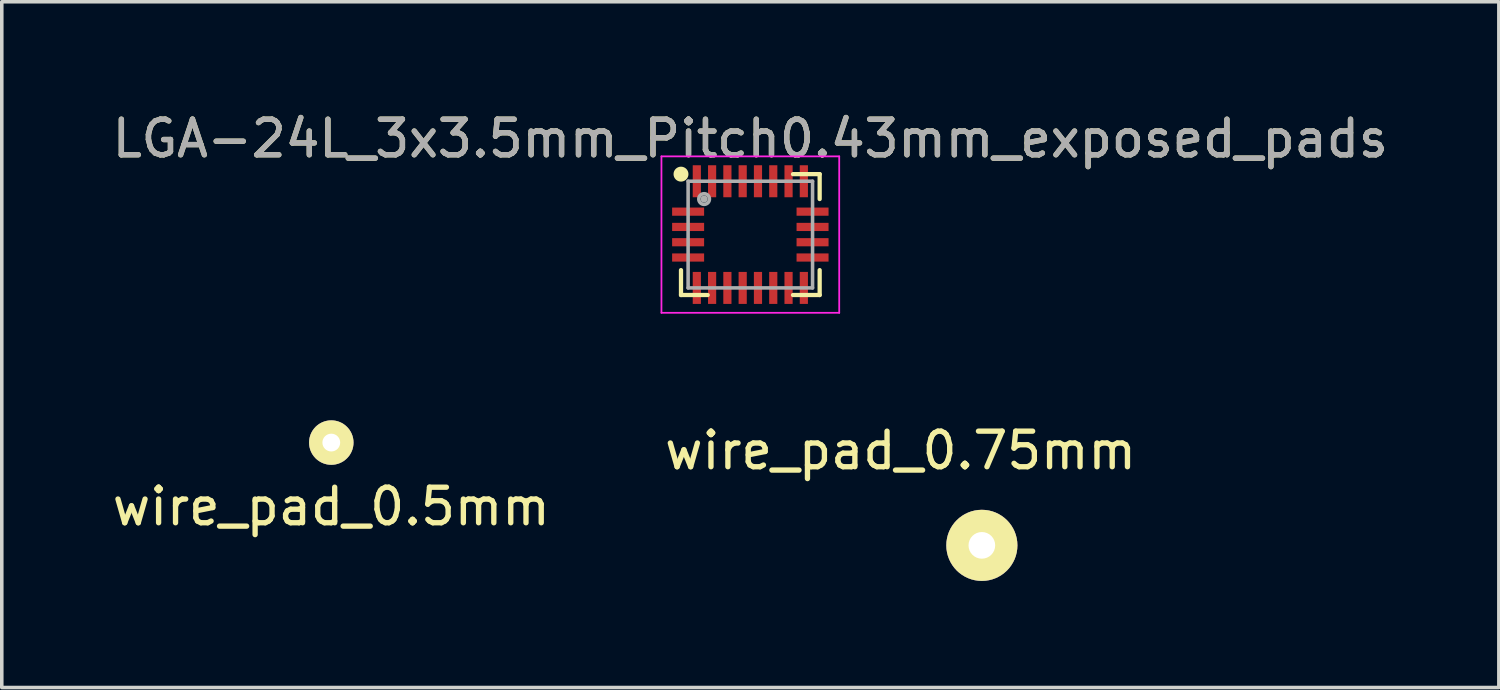
<source format=kicad_pcb>
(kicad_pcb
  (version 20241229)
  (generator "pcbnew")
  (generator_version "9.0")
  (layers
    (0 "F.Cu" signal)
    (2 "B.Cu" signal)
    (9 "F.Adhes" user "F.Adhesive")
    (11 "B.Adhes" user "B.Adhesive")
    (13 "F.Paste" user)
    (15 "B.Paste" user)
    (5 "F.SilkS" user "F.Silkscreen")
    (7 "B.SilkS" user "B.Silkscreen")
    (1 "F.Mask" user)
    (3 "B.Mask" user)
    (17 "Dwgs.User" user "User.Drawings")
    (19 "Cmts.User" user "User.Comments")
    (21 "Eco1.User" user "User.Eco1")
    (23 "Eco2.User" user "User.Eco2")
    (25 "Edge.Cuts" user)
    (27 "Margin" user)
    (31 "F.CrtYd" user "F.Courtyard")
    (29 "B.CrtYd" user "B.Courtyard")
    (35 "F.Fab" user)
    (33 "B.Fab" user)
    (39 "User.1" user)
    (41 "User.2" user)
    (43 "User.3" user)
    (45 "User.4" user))
  (footprint "LGA-24L_3x3.5mm_Pitch0.43mm_exposed_pads"
    (layer "F.Cu")
    (at 18.054 3.548)
    (property "Reference" "LGA-24L_3x3.5mm_Pitch0.43mm_exposed_pads" (at 0 -2.7 0) (layer "F.SilkS") (effects (font (size 1 1) (thickness 0.15))))
    (attr smd)
    (fp_line (start -1.95 1.7) (end -1.95 1) (stroke (width 0.12) (type solid)) (layer "F.SilkS"))
    (fp_line (start -1.2 1.7) (end -1.95 1.7) (stroke (width 0.12) (type solid)) (layer "F.SilkS"))
    (fp_line (start 1.2 -1.7) (end 1.95 -1.7) (stroke (width 0.12) (type solid)) (layer "F.SilkS"))
    (fp_line (start 1.95 -1.7) (end 1.95 -1) (stroke (width 0.12) (type solid)) (layer "F.SilkS"))
    (fp_line (start 1.95 1) (end 1.95 1.7) (stroke (width 0.12) (type solid)) (layer "F.SilkS"))
    (fp_line (start 1.95 1.7) (end 1.2 1.7) (stroke (width 0.12) (type solid)) (layer "F.SilkS"))
    (fp_circle (center -1.95 -1.7) (end -1.89 -1.7) (stroke (width 0.12) (type solid)) (fill no) (layer "F.SilkS"))
    (fp_circle (center -1.95 -1.7) (end -1.8 -1.7) (stroke (width 0.12) (type solid)) (fill no) (layer "F.SilkS"))
    (fp_line (start -2.5 -2.2) (end 2.5 -2.2) (stroke (width 0.05) (type solid)) (layer "F.CrtYd"))
    (fp_line (start -2.5 2.2) (end -2.5 -2.2) (stroke (width 0.05) (type solid)) (layer "F.CrtYd"))
    (fp_line (start 2.5 -2.2) (end 2.5 2.2) (stroke (width 0.05) (type solid)) (layer "F.CrtYd"))
    (fp_line (start 2.5 2.2) (end -2.5 2.2) (stroke (width 0.05) (type solid)) (layer "F.CrtYd"))
    (fp_line (start -1.75 -1.5) (end 1.75 -1.5) (stroke (width 0.1) (type solid)) (layer "F.Fab"))
    (fp_line (start -1.75 1.5) (end -1.75 -1.5) (stroke (width 0.1) (type solid)) (layer "F.Fab"))
    (fp_line (start 1.75 -1.5) (end 1.75 1.5) (stroke (width 0.1) (type solid)) (layer "F.Fab"))
    (fp_line (start 1.75 1.5) (end -1.75 1.5) (stroke (width 0.1) (type solid)) (layer "F.Fab"))
    (fp_circle (center -1.3 -1) (end -1.3 -0.95) (stroke (width 0.1) (type solid)) (fill no) (layer "F.Fab"))
    (fp_circle (center -1.3 -1) (end -1.3 -0.85) (stroke (width 0.1) (type solid)) (fill no) (layer "F.Fab"))
    (fp_text user "${REFERENCE}" (at 0 -2.7 0) (layer "F.Fab") (effects (font (size 1 1) (thickness 0.15))))
    (pad "1" smd rect (at -1.505 -1.5) (size 0.23 0.9) (layers "F.Cu" "F.Mask" "F.Paste"))
    (pad "2" smd rect (at -1.75 -0.645) (size 0.9 0.23) (layers "F.Cu" "F.Mask" "F.Paste"))
    (pad "3" smd rect (at -1.75 -0.215) (size 0.9 0.23) (layers "F.Cu" "F.Mask" "F.Paste"))
    (pad "4" smd rect (at -1.75 0.215) (size 0.9 0.23) (layers "F.Cu" "F.Mask" "F.Paste"))
    (pad "5" smd rect (at -1.75 0.645) (size 0.9 0.23) (layers "F.Cu" "F.Mask" "F.Paste"))
    (pad "6" smd rect (at -1.505 1.5) (size 0.23 0.9) (layers "F.Cu" "F.Mask" "F.Paste"))
    (pad "7" smd rect (at -1.075 1.5) (size 0.23 0.9) (layers "F.Cu" "F.Mask" "F.Paste"))
    (pad "8" smd rect (at -0.645 1.5) (size 0.23 0.9) (layers "F.Cu" "F.Mask" "F.Paste"))
    (pad "9" smd rect (at -0.215 1.5) (size 0.23 0.9) (layers "F.Cu" "F.Mask" "F.Paste"))
    (pad "10" smd rect (at 0.215 1.5) (size 0.23 0.9) (layers "F.Cu" "F.Mask" "F.Paste"))
    (pad "11" smd rect (at 0.645 1.5) (size 0.23 0.9) (layers "F.Cu" "F.Mask" "F.Paste"))
    (pad "12" smd rect (at 1.075 1.5) (size 0.23 0.9) (layers "F.Cu" "F.Mask" "F.Paste"))
    (pad "13" smd rect (at 1.505 1.5) (size 0.23 0.9) (layers "F.Cu" "F.Mask" "F.Paste"))
    (pad "14" smd rect (at 1.75 0.645) (size 0.9 0.23) (layers "F.Cu" "F.Mask" "F.Paste"))
    (pad "15" smd rect (at 1.75 0.215) (size 0.9 0.23) (layers "F.Cu" "F.Mask" "F.Paste"))
    (pad "16" smd rect (at 1.75 -0.215) (size 0.9 0.23) (layers "F.Cu" "F.Mask" "F.Paste"))
    (pad "17" smd rect (at 1.75 -0.645) (size 0.9 0.23) (layers "F.Cu" "F.Mask" "F.Paste"))
    (pad "18" smd rect (at 1.505 -1.5) (size 0.23 0.9) (layers "F.Cu" "F.Mask" "F.Paste"))
    (pad "19" smd rect (at 1.075 -1.5) (size 0.23 0.9) (layers "F.Cu" "F.Mask" "F.Paste"))
    (pad "20" smd rect (at 0.645 -1.5) (size 0.23 0.9) (layers "F.Cu" "F.Mask" "F.Paste"))
    (pad "21" smd rect (at 0.215 -1.5) (size 0.23 0.9) (layers "F.Cu" "F.Mask" "F.Paste"))
    (pad "22" smd rect (at -0.215 -1.5) (size 0.23 0.9) (layers "F.Cu" "F.Mask" "F.Paste"))
    (pad "23" smd rect (at -0.645 -1.5) (size 0.23 0.9) (layers "F.Cu" "F.Mask" "F.Paste"))
    (pad "24" smd rect (at -1.075 -1.5) (size 0.23 0.9) (layers "F.Cu" "F.Mask" "F.Paste")))
  (footprint "wire_pad_0.75mm"
    (layer "F.Cu")
    (at 24.566 12.289)
    (property "Reference" "wire_pad_0.75mm" (at -2.286 -2.667 0) (layer "F.SilkS") (effects (font (size 1 1) (thickness 0.15))))
    (attr through_hole)
    (pad "1" thru_hole circle (at 0 0) (size 2 2) (drill 0.75) (layers "*.Cu" "*.Mask" "F.SilkS")))
  (footprint "wire_pad_0.5mm"
    (layer "F.Cu")
    (at 6.268 9.398)
    (property "Reference" "wire_pad_0.5mm" (at 0 1.8 0) (layer "F.SilkS") (effects (font (size 1 1) (thickness 0.15))))
    (attr through_hole)
    (pad "1" thru_hole circle (at 0 0) (size 1.25 1.25) (drill 0.5) (layers "*.Cu" "*.Mask" "F.SilkS")))
  (gr_rect
    (start -3 -3)
    (end 39.107 16.288)
    (stroke (width 0.1) (type default))
    (fill no)
    (layer "Edge.Cuts")))
</source>
